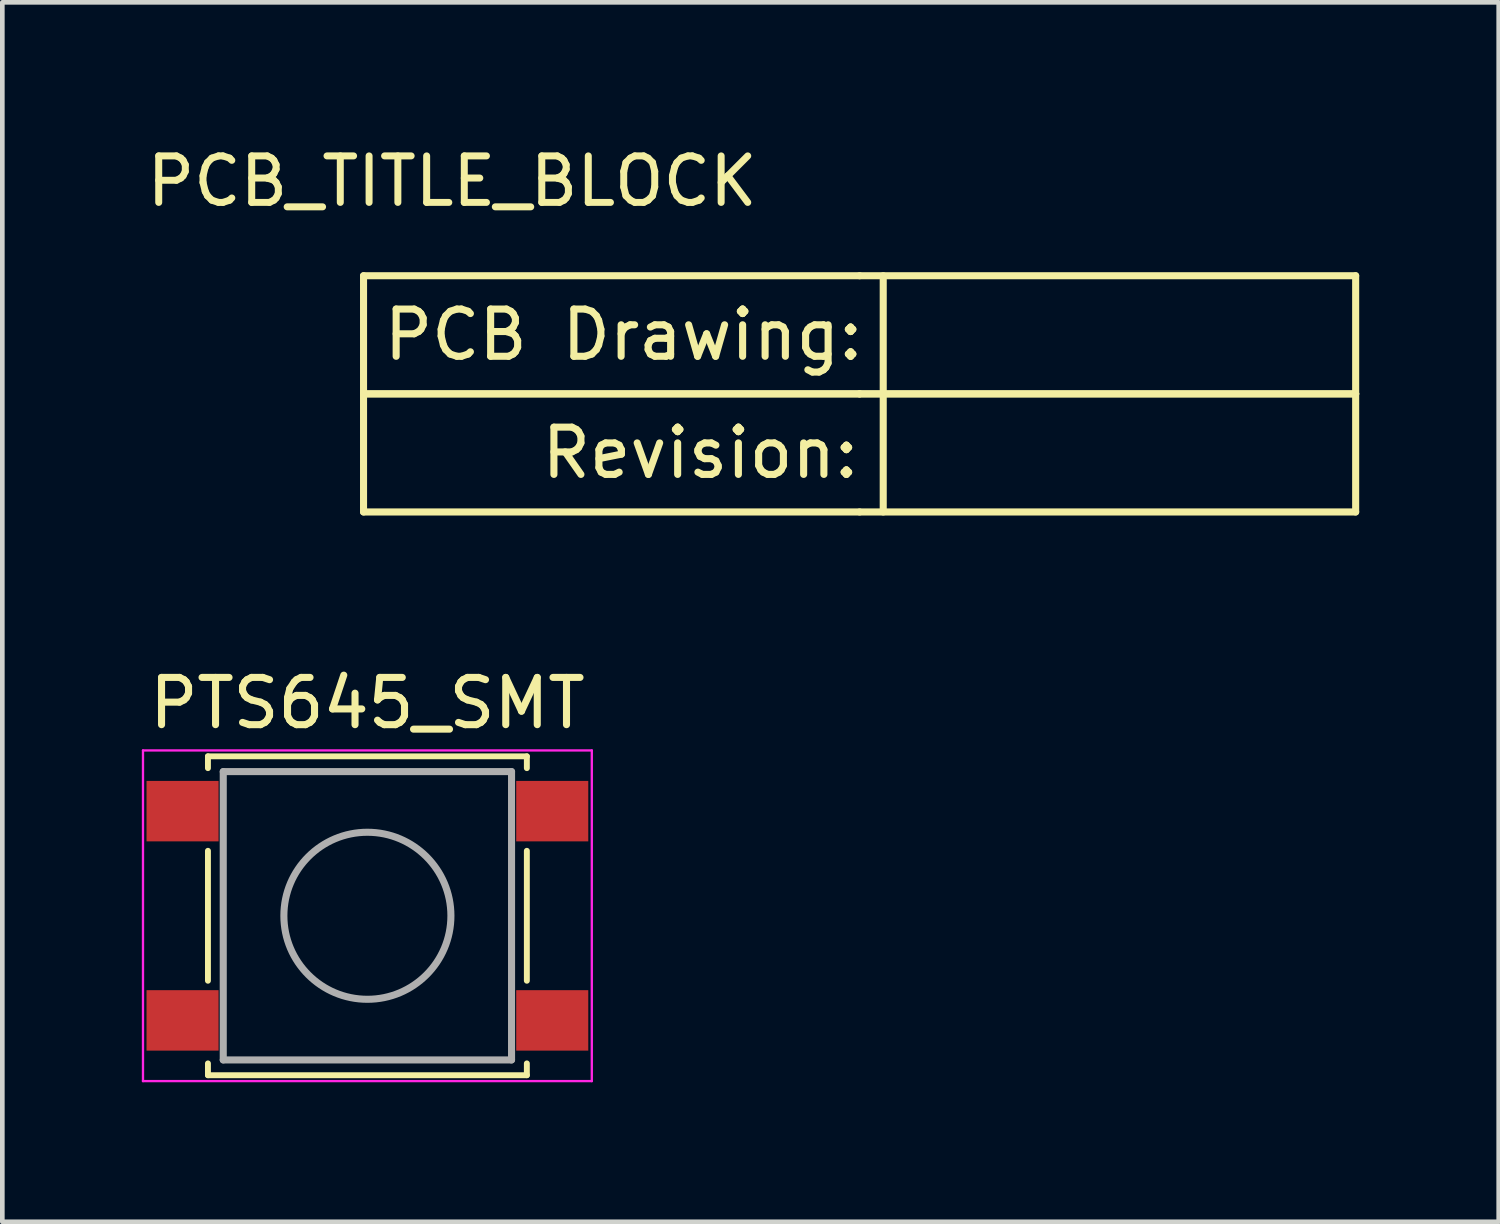
<source format=kicad_pcb>
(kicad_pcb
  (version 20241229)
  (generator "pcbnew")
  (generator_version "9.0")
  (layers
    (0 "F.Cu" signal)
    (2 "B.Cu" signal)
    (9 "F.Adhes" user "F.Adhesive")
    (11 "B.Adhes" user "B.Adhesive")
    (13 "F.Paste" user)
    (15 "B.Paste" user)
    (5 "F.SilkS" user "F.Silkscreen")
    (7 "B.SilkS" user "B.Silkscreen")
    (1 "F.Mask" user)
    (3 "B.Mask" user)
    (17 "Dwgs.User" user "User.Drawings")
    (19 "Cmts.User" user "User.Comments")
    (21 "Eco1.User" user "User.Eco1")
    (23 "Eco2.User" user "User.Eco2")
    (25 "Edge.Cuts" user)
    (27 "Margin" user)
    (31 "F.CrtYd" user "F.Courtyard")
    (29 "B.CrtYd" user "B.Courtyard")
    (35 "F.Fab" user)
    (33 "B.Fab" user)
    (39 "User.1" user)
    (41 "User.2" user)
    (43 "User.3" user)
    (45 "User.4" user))
  (footprint "PTS645_SMT"
    (layer "F.Cu")
    (at 4.851 16.644)
    (property "Reference" "PTS645_SMT" (at 0 -4.572 0) (layer "F.SilkS") (effects (font (size 1.016 1.016) (thickness 0.152))))
    (attr smd)
    (fp_line (start -3.429 -3.429) (end -3.429 -3.175) (stroke (width 0.127) (type solid)) (layer "F.SilkS"))
    (fp_line (start -3.429 -3.429) (end 3.429 -3.429) (stroke (width 0.127) (type solid)) (layer "F.SilkS"))
    (fp_line (start -3.429 -1.397) (end -3.429 1.397) (stroke (width 0.127) (type solid)) (layer "F.SilkS"))
    (fp_line (start -3.429 3.175) (end -3.429 3.429) (stroke (width 0.127) (type solid)) (layer "F.SilkS"))
    (fp_line (start -3.429 3.429) (end 3.429 3.429) (stroke (width 0.127) (type solid)) (layer "F.SilkS"))
    (fp_line (start 3.429 -3.429) (end 3.429 -3.175) (stroke (width 0.127) (type solid)) (layer "F.SilkS"))
    (fp_line (start 3.429 -1.397) (end 3.429 1.397) (stroke (width 0.127) (type solid)) (layer "F.SilkS"))
    (fp_line (start 3.429 3.175) (end 3.429 3.429) (stroke (width 0.127) (type solid)) (layer "F.SilkS"))
    (fp_line (start -4.826 -3.556) (end 4.826 -3.556) (stroke (width 0.05) (type solid)) (layer "F.CrtYd"))
    (fp_line (start -4.826 3.556) (end -4.826 -3.556) (stroke (width 0.05) (type solid)) (layer "F.CrtYd"))
    (fp_line (start 4.826 -3.556) (end 4.826 3.556) (stroke (width 0.05) (type solid)) (layer "F.CrtYd"))
    (fp_line (start 4.826 3.556) (end -4.826 3.556) (stroke (width 0.05) (type solid)) (layer "F.CrtYd"))
    (fp_line (start -3.1 -3.1) (end 3.1 -3.1) (stroke (width 0.152) (type solid)) (layer "F.Fab"))
    (fp_line (start -3.1 3.1) (end -3.1 -3.1) (stroke (width 0.152) (type solid)) (layer "F.Fab"))
    (fp_line (start 3.1 -3.1) (end 3.1 3.1) (stroke (width 0.152) (type solid)) (layer "F.Fab"))
    (fp_line (start 3.1 3.1) (end -3.1 3.1) (stroke (width 0.152) (type solid)) (layer "F.Fab"))
    (fp_circle (center 0 0) (end -1.27 -1.27) (stroke (width 0.152) (type solid)) (fill no) (layer "F.Fab"))
    (pad "1" smd rect (at -3.975 -2.25) (size 1.55 1.3) (layers "F.Cu" "F.Mask" "F.Paste"))
    (pad "2" smd rect (at 3.975 -2.25) (size 1.55 1.3) (layers "F.Cu" "F.Mask" "F.Paste"))
    (pad "3" smd rect (at -3.975 2.25) (size 1.55 1.3) (layers "F.Cu" "F.Mask" "F.Paste"))
    (pad "4" smd rect (at 3.975 2.25) (size 1.55 1.3) (layers "F.Cu" "F.Mask" "F.Paste")))
  (footprint "PCB_TITLE_BLOCK"
    (layer "F.Cu")
    (at 4.768 7.96)
    (property "Reference" "PCB_TITLE_BLOCK" (at 1.905 -7.112 0) (layer "F.SilkS") (effects (font (size 1 1) (thickness 0.15))))
    (attr through_hole)
    (fp_line (start 0 -5.08) (end 0 -2.54) (stroke (width 0.152) (type solid)) (layer "F.SilkS"))
    (fp_line (start 0 -5.08) (end 10.668 -5.08) (stroke (width 0.152) (type solid)) (layer "F.SilkS"))
    (fp_line (start 0 -2.54) (end 0 0) (stroke (width 0.152) (type solid)) (layer "F.SilkS"))
    (fp_line (start 0 -2.54) (end 10.668 -2.54) (stroke (width 0.152) (type solid)) (layer "F.SilkS"))
    (fp_line (start 0 -2.54) (end 10.668 -2.54) (stroke (width 0.152) (type solid)) (layer "F.SilkS"))
    (fp_line (start 0 0) (end 10.668 0) (stroke (width 0.152) (type solid)) (layer "F.SilkS"))
    (fp_line (start 10.668 -5.08) (end 21.336 -5.08) (stroke (width 0.152) (type solid)) (layer "F.SilkS"))
    (fp_line (start 10.668 -2.54) (end 21.336 -2.54) (stroke (width 0.152) (type solid)) (layer "F.SilkS"))
    (fp_line (start 10.668 -2.54) (end 21.336 -2.54) (stroke (width 0.152) (type solid)) (layer "F.SilkS"))
    (fp_line (start 10.668 0) (end 21.336 0) (stroke (width 0.152) (type solid)) (layer "F.SilkS"))
    (fp_line (start 11.176 -5.08) (end 11.176 -2.54) (stroke (width 0.152) (type solid)) (layer "F.SilkS"))
    (fp_line (start 11.176 0) (end 11.176 -2.54) (stroke (width 0.152) (type solid)) (layer "F.SilkS"))
    (fp_line (start 21.336 -2.54) (end 21.336 -5.08) (stroke (width 0.152) (type solid)) (layer "F.SilkS"))
    (fp_line (start 21.336 0) (end 21.336 -2.54) (stroke (width 0.152) (type solid)) (layer "F.SilkS"))
    (fp_text user "Revision:" (at 7.239 -1.27 0) (layer "F.SilkS") (effects (font (size 1.016 1.016) (thickness 0.152))))
    (fp_text user "PCB Drawing:" (at 5.588 -3.81 0) (layer "F.SilkS") (effects (font (size 1.016 1.016) (thickness 0.152)))))
  (gr_rect
    (start -3 -3)
    (end 29.18 23.225)
    (stroke (width 0.1) (type default))
    (fill no)
    (layer "Edge.Cuts")))
</source>
